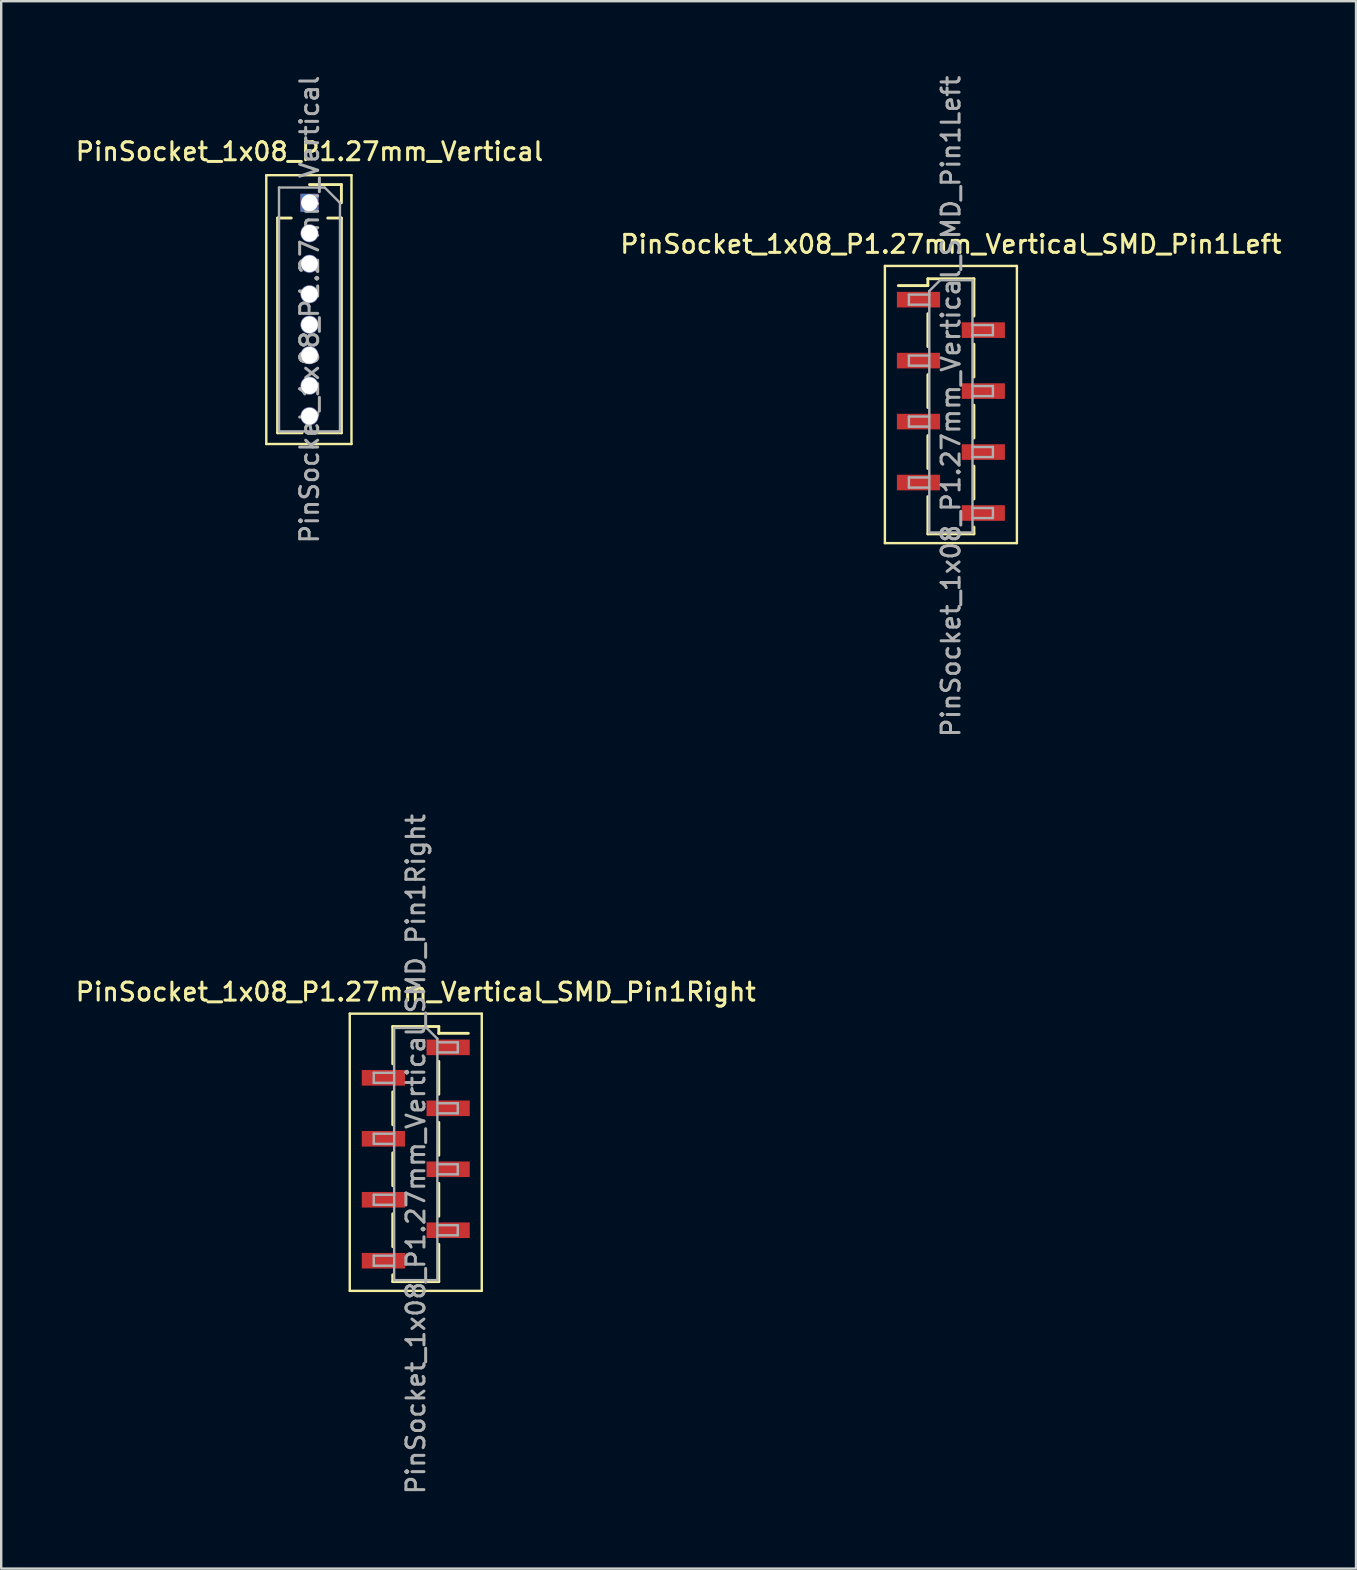
<source format=kicad_pcb>
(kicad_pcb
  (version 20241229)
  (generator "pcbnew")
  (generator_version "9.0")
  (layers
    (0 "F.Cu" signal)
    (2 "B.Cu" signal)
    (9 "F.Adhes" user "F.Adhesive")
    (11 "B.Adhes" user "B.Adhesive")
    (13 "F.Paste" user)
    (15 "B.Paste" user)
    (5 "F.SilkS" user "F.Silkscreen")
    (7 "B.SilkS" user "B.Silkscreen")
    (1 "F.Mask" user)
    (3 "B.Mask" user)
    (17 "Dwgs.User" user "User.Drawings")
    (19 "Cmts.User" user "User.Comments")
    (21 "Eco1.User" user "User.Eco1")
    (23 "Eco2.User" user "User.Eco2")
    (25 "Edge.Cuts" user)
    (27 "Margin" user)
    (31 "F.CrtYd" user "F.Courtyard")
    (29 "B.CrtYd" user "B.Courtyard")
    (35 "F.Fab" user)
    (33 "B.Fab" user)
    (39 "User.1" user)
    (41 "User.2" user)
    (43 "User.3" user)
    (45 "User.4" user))
  (footprint "PinSocket_1x08_P1.27mm_Vertical"
    (layer "F.Cu")
    (at 9.845 5.4)
    (property "Reference" "PinSocket_1x08_P1.27mm_Vertical" (at 0 -2.135 0) (layer "F.SilkS") (effects (font (size 0.75 0.75) (thickness 0.125))))
    (attr through_hole)
    (fp_line (start -1.8 -1.15) (end 1.75 -1.15) (stroke (width 0.1) (type solid)) (layer "F.SilkS"))
    (fp_line (start -1.8 10.05) (end -1.8 -1.15) (stroke (width 0.1) (type solid)) (layer "F.SilkS"))
    (fp_line (start -1.33 0.635) (end -1.33 9.585) (stroke (width 0.12) (type solid)) (layer "F.SilkS"))
    (fp_line (start -1.33 0.635) (end -0.76 0.635) (stroke (width 0.12) (type solid)) (layer "F.SilkS"))
    (fp_line (start -1.33 9.585) (end -0.308 9.585) (stroke (width 0.12) (type solid)) (layer "F.SilkS"))
    (fp_line (start 0 -0.76) (end 1.33 -0.76) (stroke (width 0.12) (type solid)) (layer "F.SilkS"))
    (fp_line (start 0.308 9.585) (end 1.33 9.585) (stroke (width 0.12) (type solid)) (layer "F.SilkS"))
    (fp_line (start 0.76 0.635) (end 1.33 0.635) (stroke (width 0.12) (type solid)) (layer "F.SilkS"))
    (fp_line (start 1.33 -0.76) (end 1.33 0) (stroke (width 0.12) (type solid)) (layer "F.SilkS"))
    (fp_line (start 1.33 0.635) (end 1.33 9.585) (stroke (width 0.12) (type solid)) (layer "F.SilkS"))
    (fp_line (start 1.75 -1.15) (end 1.75 10.05) (stroke (width 0.1) (type solid)) (layer "F.SilkS"))
    (fp_line (start 1.75 10.05) (end -1.8 10.05) (stroke (width 0.1) (type solid)) (layer "F.SilkS"))
    (fp_line (start -1.27 -0.635) (end 0.635 -0.635) (stroke (width 0.1) (type solid)) (layer "F.Fab"))
    (fp_line (start -1.27 9.525) (end -1.27 -0.635) (stroke (width 0.1) (type solid)) (layer "F.Fab"))
    (fp_line (start 0.635 -0.635) (end 1.27 0) (stroke (width 0.1) (type solid)) (layer "F.Fab"))
    (fp_line (start 1.27 0) (end 1.27 9.525) (stroke (width 0.1) (type solid)) (layer "F.Fab"))
    (fp_line (start 1.27 9.525) (end -1.27 9.525) (stroke (width 0.1) (type solid)) (layer "F.Fab"))
    (fp_text user "${REFERENCE}" (at 0 4.445 90) (layer "F.Fab") (effects (font (size 0.75 0.75) (thickness 0.125))))
    (pad "1" thru_hole rect (at 0 0) (size 0.75 0.75) (drill 0.7) (layers "*.Cu" "*.Mask"))
    (pad "2" thru_hole oval (at 0 1.27) (size 0.75 0.75) (drill 0.7) (layers "*.Cu" "*.Mask"))
    (pad "3" thru_hole oval (at 0 2.54) (size 0.75 0.75) (drill 0.7) (layers "*.Cu" "*.Mask"))
    (pad "4" thru_hole oval (at 0 3.81) (size 0.75 0.75) (drill 0.7) (layers "*.Cu" "*.Mask"))
    (pad "5" thru_hole oval (at 0 5.08) (size 0.75 0.75) (drill 0.7) (layers "*.Cu" "*.Mask"))
    (pad "6" thru_hole oval (at 0 6.35) (size 0.75 0.75) (drill 0.7) (layers "*.Cu" "*.Mask"))
    (pad "7" thru_hole oval (at 0 7.62) (size 0.75 0.75) (drill 0.7) (layers "*.Cu" "*.Mask"))
    (pad "8" thru_hole oval (at 0 8.89) (size 0.75 0.75) (drill 0.7) (layers "*.Cu" "*.Mask")))
  (footprint "PinSocket_1x08_P1.27mm_Vertical_SMD_Pin1Left"
    (layer "F.Cu")
    (at 36.57 13.88)
    (property "Reference" "PinSocket_1x08_P1.27mm_Vertical_SMD_Pin1Left" (at 0 -6.755 0) (layer "F.SilkS") (effects (font (size 0.75 0.75) (thickness 0.125))))
    (attr smd)
    (fp_line (start -2.75 -5.85) (end 2.75 -5.85) (stroke (width 0.1) (type solid)) (layer "F.SilkS"))
    (fp_line (start -2.75 5.7) (end -2.75 -5.85) (stroke (width 0.1) (type solid)) (layer "F.SilkS"))
    (fp_line (start -2.19 -5.03) (end -0.96 -5.03) (stroke (width 0.12) (type solid)) (layer "F.SilkS"))
    (fp_line (start -0.96 -5.315) (end -0.96 -5.03) (stroke (width 0.12) (type solid)) (layer "F.SilkS"))
    (fp_line (start -0.96 -5.315) (end 0.96 -5.315) (stroke (width 0.12) (type solid)) (layer "F.SilkS"))
    (fp_line (start -0.96 -3.86) (end -0.96 -2.49) (stroke (width 0.12) (type solid)) (layer "F.SilkS"))
    (fp_line (start -0.96 -1.32) (end -0.96 0.05) (stroke (width 0.12) (type solid)) (layer "F.SilkS"))
    (fp_line (start -0.96 1.22) (end -0.96 2.59) (stroke (width 0.12) (type solid)) (layer "F.SilkS"))
    (fp_line (start -0.96 3.76) (end -0.96 5.315) (stroke (width 0.12) (type solid)) (layer "F.SilkS"))
    (fp_line (start -0.96 5.315) (end 0.96 5.315) (stroke (width 0.12) (type solid)) (layer "F.SilkS"))
    (fp_line (start 0.96 -5.315) (end 0.96 -3.76) (stroke (width 0.12) (type solid)) (layer "F.SilkS"))
    (fp_line (start 0.96 -2.59) (end 0.96 -1.22) (stroke (width 0.12) (type solid)) (layer "F.SilkS"))
    (fp_line (start 0.96 -0.05) (end 0.96 1.32) (stroke (width 0.12) (type solid)) (layer "F.SilkS"))
    (fp_line (start 0.96 2.49) (end 0.96 3.86) (stroke (width 0.12) (type solid)) (layer "F.SilkS"))
    (fp_line (start 0.96 5.03) (end 0.96 5.315) (stroke (width 0.12) (type solid)) (layer "F.SilkS"))
    (fp_line (start 2.75 -5.85) (end 2.75 5.7) (stroke (width 0.1) (type solid)) (layer "F.SilkS"))
    (fp_line (start 2.75 5.7) (end -2.75 5.7) (stroke (width 0.1) (type solid)) (layer "F.SilkS"))
    (fp_line (start -1.75 -4.655) (end -0.9 -4.655) (stroke (width 0.1) (type solid)) (layer "F.Fab"))
    (fp_line (start -1.75 -4.235) (end -1.75 -4.655) (stroke (width 0.1) (type solid)) (layer "F.Fab"))
    (fp_line (start -1.75 -2.115) (end -0.9 -2.115) (stroke (width 0.1) (type solid)) (layer "F.Fab"))
    (fp_line (start -1.75 -1.695) (end -1.75 -2.115) (stroke (width 0.1) (type solid)) (layer "F.Fab"))
    (fp_line (start -1.75 0.425) (end -0.9 0.425) (stroke (width 0.1) (type solid)) (layer "F.Fab"))
    (fp_line (start -1.75 0.845) (end -1.75 0.425) (stroke (width 0.1) (type solid)) (layer "F.Fab"))
    (fp_line (start -1.75 2.965) (end -0.9 2.965) (stroke (width 0.1) (type solid)) (layer "F.Fab"))
    (fp_line (start -1.75 3.385) (end -1.75 2.965) (stroke (width 0.1) (type solid)) (layer "F.Fab"))
    (fp_line (start -0.9 -4.805) (end -0.45 -5.255) (stroke (width 0.1) (type solid)) (layer "F.Fab"))
    (fp_line (start -0.9 -4.235) (end -1.75 -4.235) (stroke (width 0.1) (type solid)) (layer "F.Fab"))
    (fp_line (start -0.9 -1.695) (end -1.75 -1.695) (stroke (width 0.1) (type solid)) (layer "F.Fab"))
    (fp_line (start -0.9 0.845) (end -1.75 0.845) (stroke (width 0.1) (type solid)) (layer "F.Fab"))
    (fp_line (start -0.9 3.385) (end -1.75 3.385) (stroke (width 0.1) (type solid)) (layer "F.Fab"))
    (fp_line (start -0.9 5.255) (end -0.9 -4.805) (stroke (width 0.1) (type solid)) (layer "F.Fab"))
    (fp_line (start -0.45 -5.255) (end 0.9 -5.255) (stroke (width 0.1) (type solid)) (layer "F.Fab"))
    (fp_line (start 0.9 -5.255) (end 0.9 5.255) (stroke (width 0.1) (type solid)) (layer "F.Fab"))
    (fp_line (start 0.9 -3.385) (end 1.75 -3.385) (stroke (width 0.1) (type solid)) (layer "F.Fab"))
    (fp_line (start 0.9 -0.845) (end 1.75 -0.845) (stroke (width 0.1) (type solid)) (layer "F.Fab"))
    (fp_line (start 0.9 1.695) (end 1.75 1.695) (stroke (width 0.1) (type solid)) (layer "F.Fab"))
    (fp_line (start 0.9 4.235) (end 1.75 4.235) (stroke (width 0.1) (type solid)) (layer "F.Fab"))
    (fp_line (start 0.9 5.255) (end -0.9 5.255) (stroke (width 0.1) (type solid)) (layer "F.Fab"))
    (fp_line (start 1.75 -3.385) (end 1.75 -2.965) (stroke (width 0.1) (type solid)) (layer "F.Fab"))
    (fp_line (start 1.75 -2.965) (end 0.9 -2.965) (stroke (width 0.1) (type solid)) (layer "F.Fab"))
    (fp_line (start 1.75 -0.845) (end 1.75 -0.425) (stroke (width 0.1) (type solid)) (layer "F.Fab"))
    (fp_line (start 1.75 -0.425) (end 0.9 -0.425) (stroke (width 0.1) (type solid)) (layer "F.Fab"))
    (fp_line (start 1.75 1.695) (end 1.75 2.115) (stroke (width 0.1) (type solid)) (layer "F.Fab"))
    (fp_line (start 1.75 2.115) (end 0.9 2.115) (stroke (width 0.1) (type solid)) (layer "F.Fab"))
    (fp_line (start 1.75 4.235) (end 1.75 4.655) (stroke (width 0.1) (type solid)) (layer "F.Fab"))
    (fp_line (start 1.75 4.655) (end 0.9 4.655) (stroke (width 0.1) (type solid)) (layer "F.Fab"))
    (fp_text user "${REFERENCE}" (at 0 0 90) (layer "F.Fab") (effects (font (size 0.75 0.75) (thickness 0.125))))
    (pad "1" smd rect (at -1.35 -4.445) (size 1.8 0.65) (layers "F.Cu" "F.Mask" "F.Paste"))
    (pad "2" smd rect (at 1.35 -3.175) (size 1.8 0.65) (layers "F.Cu" "F.Mask" "F.Paste"))
    (pad "3" smd rect (at -1.35 -1.905) (size 1.8 0.65) (layers "F.Cu" "F.Mask" "F.Paste"))
    (pad "4" smd rect (at 1.35 -0.635) (size 1.8 0.65) (layers "F.Cu" "F.Mask" "F.Paste"))
    (pad "5" smd rect (at -1.35 0.635) (size 1.8 0.65) (layers "F.Cu" "F.Mask" "F.Paste"))
    (pad "6" smd rect (at 1.35 1.905) (size 1.8 0.65) (layers "F.Cu" "F.Mask" "F.Paste"))
    (pad "7" smd rect (at -1.35 3.175) (size 1.8 0.65) (layers "F.Cu" "F.Mask" "F.Paste"))
    (pad "8" smd rect (at 1.35 4.445) (size 1.8 0.65) (layers "F.Cu" "F.Mask" "F.Paste")))
  (footprint "PinSocket_1x08_P1.27mm_Vertical_SMD_Pin1Right"
    (layer "F.Cu")
    (at 14.273 45.034)
    (property "Reference" "PinSocket_1x08_P1.27mm_Vertical_SMD_Pin1Right" (at 0 -6.755 0) (layer "F.SilkS") (effects (font (size 0.75 0.75) (thickness 0.125))))
    (attr smd)
    (fp_line (start -2.75 -5.85) (end 2.75 -5.85) (stroke (width 0.1) (type solid)) (layer "F.SilkS"))
    (fp_line (start -2.75 5.7) (end -2.75 -5.85) (stroke (width 0.1) (type solid)) (layer "F.SilkS"))
    (fp_line (start -0.96 -5.315) (end -0.96 -3.76) (stroke (width 0.12) (type solid)) (layer "F.SilkS"))
    (fp_line (start -0.96 -5.315) (end 0.96 -5.315) (stroke (width 0.12) (type solid)) (layer "F.SilkS"))
    (fp_line (start -0.96 -2.59) (end -0.96 -1.22) (stroke (width 0.12) (type solid)) (layer "F.SilkS"))
    (fp_line (start -0.96 -0.05) (end -0.96 1.32) (stroke (width 0.12) (type solid)) (layer "F.SilkS"))
    (fp_line (start -0.96 2.49) (end -0.96 3.86) (stroke (width 0.12) (type solid)) (layer "F.SilkS"))
    (fp_line (start -0.96 5.03) (end -0.96 5.315) (stroke (width 0.12) (type solid)) (layer "F.SilkS"))
    (fp_line (start -0.96 5.315) (end 0.96 5.315) (stroke (width 0.12) (type solid)) (layer "F.SilkS"))
    (fp_line (start 0.96 -5.315) (end 0.96 -5.03) (stroke (width 0.12) (type solid)) (layer "F.SilkS"))
    (fp_line (start 0.96 -5.03) (end 2.19 -5.03) (stroke (width 0.12) (type solid)) (layer "F.SilkS"))
    (fp_line (start 0.96 -3.86) (end 0.96 -2.49) (stroke (width 0.12) (type solid)) (layer "F.SilkS"))
    (fp_line (start 0.96 -1.32) (end 0.96 0.05) (stroke (width 0.12) (type solid)) (layer "F.SilkS"))
    (fp_line (start 0.96 1.22) (end 0.96 2.59) (stroke (width 0.12) (type solid)) (layer "F.SilkS"))
    (fp_line (start 0.96 3.76) (end 0.96 5.315) (stroke (width 0.12) (type solid)) (layer "F.SilkS"))
    (fp_line (start 2.75 -5.85) (end 2.75 5.7) (stroke (width 0.1) (type solid)) (layer "F.SilkS"))
    (fp_line (start 2.75 5.7) (end -2.75 5.7) (stroke (width 0.1) (type solid)) (layer "F.SilkS"))
    (fp_line (start -1.75 -3.385) (end -0.9 -3.385) (stroke (width 0.1) (type solid)) (layer "F.Fab"))
    (fp_line (start -1.75 -2.965) (end -1.75 -3.385) (stroke (width 0.1) (type solid)) (layer "F.Fab"))
    (fp_line (start -1.75 -0.845) (end -0.9 -0.845) (stroke (width 0.1) (type solid)) (layer "F.Fab"))
    (fp_line (start -1.75 -0.425) (end -1.75 -0.845) (stroke (width 0.1) (type solid)) (layer "F.Fab"))
    (fp_line (start -1.75 1.695) (end -0.9 1.695) (stroke (width 0.1) (type solid)) (layer "F.Fab"))
    (fp_line (start -1.75 2.115) (end -1.75 1.695) (stroke (width 0.1) (type solid)) (layer "F.Fab"))
    (fp_line (start -1.75 4.235) (end -0.9 4.235) (stroke (width 0.1) (type solid)) (layer "F.Fab"))
    (fp_line (start -1.75 4.655) (end -1.75 4.235) (stroke (width 0.1) (type solid)) (layer "F.Fab"))
    (fp_line (start -0.9 -5.255) (end 0.45 -5.255) (stroke (width 0.1) (type solid)) (layer "F.Fab"))
    (fp_line (start -0.9 -2.965) (end -1.75 -2.965) (stroke (width 0.1) (type solid)) (layer "F.Fab"))
    (fp_line (start -0.9 -0.425) (end -1.75 -0.425) (stroke (width 0.1) (type solid)) (layer "F.Fab"))
    (fp_line (start -0.9 2.115) (end -1.75 2.115) (stroke (width 0.1) (type solid)) (layer "F.Fab"))
    (fp_line (start -0.9 4.655) (end -1.75 4.655) (stroke (width 0.1) (type solid)) (layer "F.Fab"))
    (fp_line (start -0.9 5.255) (end -0.9 -5.255) (stroke (width 0.1) (type solid)) (layer "F.Fab"))
    (fp_line (start 0.45 -5.255) (end 0.9 -4.805) (stroke (width 0.1) (type solid)) (layer "F.Fab"))
    (fp_line (start 0.9 -4.805) (end 0.9 5.255) (stroke (width 0.1) (type solid)) (layer "F.Fab"))
    (fp_line (start 0.9 -4.655) (end 1.75 -4.655) (stroke (width 0.1) (type solid)) (layer "F.Fab"))
    (fp_line (start 0.9 -2.115) (end 1.75 -2.115) (stroke (width 0.1) (type solid)) (layer "F.Fab"))
    (fp_line (start 0.9 0.425) (end 1.75 0.425) (stroke (width 0.1) (type solid)) (layer "F.Fab"))
    (fp_line (start 0.9 2.965) (end 1.75 2.965) (stroke (width 0.1) (type solid)) (layer "F.Fab"))
    (fp_line (start 0.9 5.255) (end -0.9 5.255) (stroke (width 0.1) (type solid)) (layer "F.Fab"))
    (fp_line (start 1.75 -4.655) (end 1.75 -4.235) (stroke (width 0.1) (type solid)) (layer "F.Fab"))
    (fp_line (start 1.75 -4.235) (end 0.9 -4.235) (stroke (width 0.1) (type solid)) (layer "F.Fab"))
    (fp_line (start 1.75 -2.115) (end 1.75 -1.695) (stroke (width 0.1) (type solid)) (layer "F.Fab"))
    (fp_line (start 1.75 -1.695) (end 0.9 -1.695) (stroke (width 0.1) (type solid)) (layer "F.Fab"))
    (fp_line (start 1.75 0.425) (end 1.75 0.845) (stroke (width 0.1) (type solid)) (layer "F.Fab"))
    (fp_line (start 1.75 0.845) (end 0.9 0.845) (stroke (width 0.1) (type solid)) (layer "F.Fab"))
    (fp_line (start 1.75 2.965) (end 1.75 3.385) (stroke (width 0.1) (type solid)) (layer "F.Fab"))
    (fp_line (start 1.75 3.385) (end 0.9 3.385) (stroke (width 0.1) (type solid)) (layer "F.Fab"))
    (fp_text user "${REFERENCE}" (at 0 0 90) (layer "F.Fab") (effects (font (size 0.75 0.75) (thickness 0.125))))
    (pad "1" smd rect (at 1.35 -4.445) (size 1.8 0.65) (layers "F.Cu" "F.Mask" "F.Paste"))
    (pad "2" smd rect (at -1.35 -3.175) (size 1.8 0.65) (layers "F.Cu" "F.Mask" "F.Paste"))
    (pad "3" smd rect (at 1.35 -1.905) (size 1.8 0.65) (layers "F.Cu" "F.Mask" "F.Paste"))
    (pad "4" smd rect (at -1.35 -0.635) (size 1.8 0.65) (layers "F.Cu" "F.Mask" "F.Paste"))
    (pad "5" smd rect (at 1.35 0.635) (size 1.8 0.65) (layers "F.Cu" "F.Mask" "F.Paste"))
    (pad "6" smd rect (at -1.35 1.905) (size 1.8 0.65) (layers "F.Cu" "F.Mask" "F.Paste"))
    (pad "7" smd rect (at 1.35 3.175) (size 1.8 0.65) (layers "F.Cu" "F.Mask" "F.Paste"))
    (pad "8" smd rect (at -1.35 4.445) (size 1.8 0.65) (layers "F.Cu" "F.Mask" "F.Paste")))
  (gr_rect
    (start -3 -3)
    (end 53.45 62.307)
    (stroke (width 0.1) (type default))
    (fill no)
    (layer "Edge.Cuts")))
</source>
